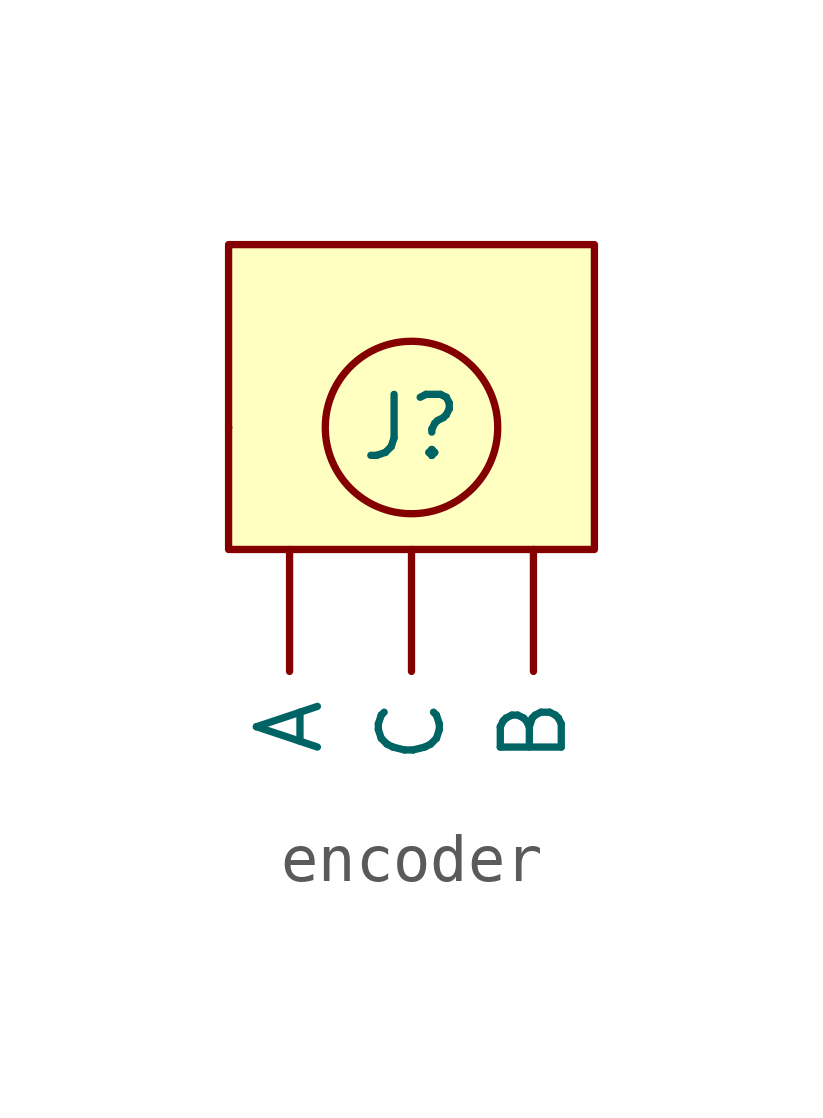
<source format=kicad_sym>
(kicad_symbol_lib
  (version 20241209)
  (generator "kicad_symbol_editor")
  (generator_version "9.0")
  (symbol "encoder"
    (pin_numbers
      (hide yes))
    (property "Reference" "J"
      (at 0 0 0)
      (effects (font (size 1.27 1.27))))
    (property "Value" ""
      (at 0 0 0)
      (effects (font (size 1.27 1.27))))
    (symbol "encoder_0_1"
      (rectangle (start -3.81 0) (end -3.81 0) (stroke (width 0) (type default)) (fill (type none)))
      (rectangle (start -3.81 0) (end -3.81 0) (stroke (width 0) (type default)) (fill (type none))))
    (symbol "encoder_1_1"
      (rectangle (start -3.81 3.81) (end 3.81 -2.54) (stroke (width 0) (type solid)) (fill (type background)))
      (circle (center 0 0) (radius 1.796) (stroke (width 0) (type default)) (fill (type none)))
      (pin passive line (at -2.54 -2.54 270) (length 2.54) (name "A" (effects (font (size 1.27 1.27)))) (number "1" (effects (font (size 1.27 1.27)))))
      (pin passive line (at 0 -2.54 270) (length 2.54) (name "C" (effects (font (size 1.27 1.27)))) (number "3" (effects (font (size 1.27 1.27)))))
      (pin passive line (at 2.54 -2.54 270) (length 2.54) (name "B" (effects (font (size 1.27 1.27)))) (number "2" (effects (font (size 1.27 1.27))))))))
</source>
